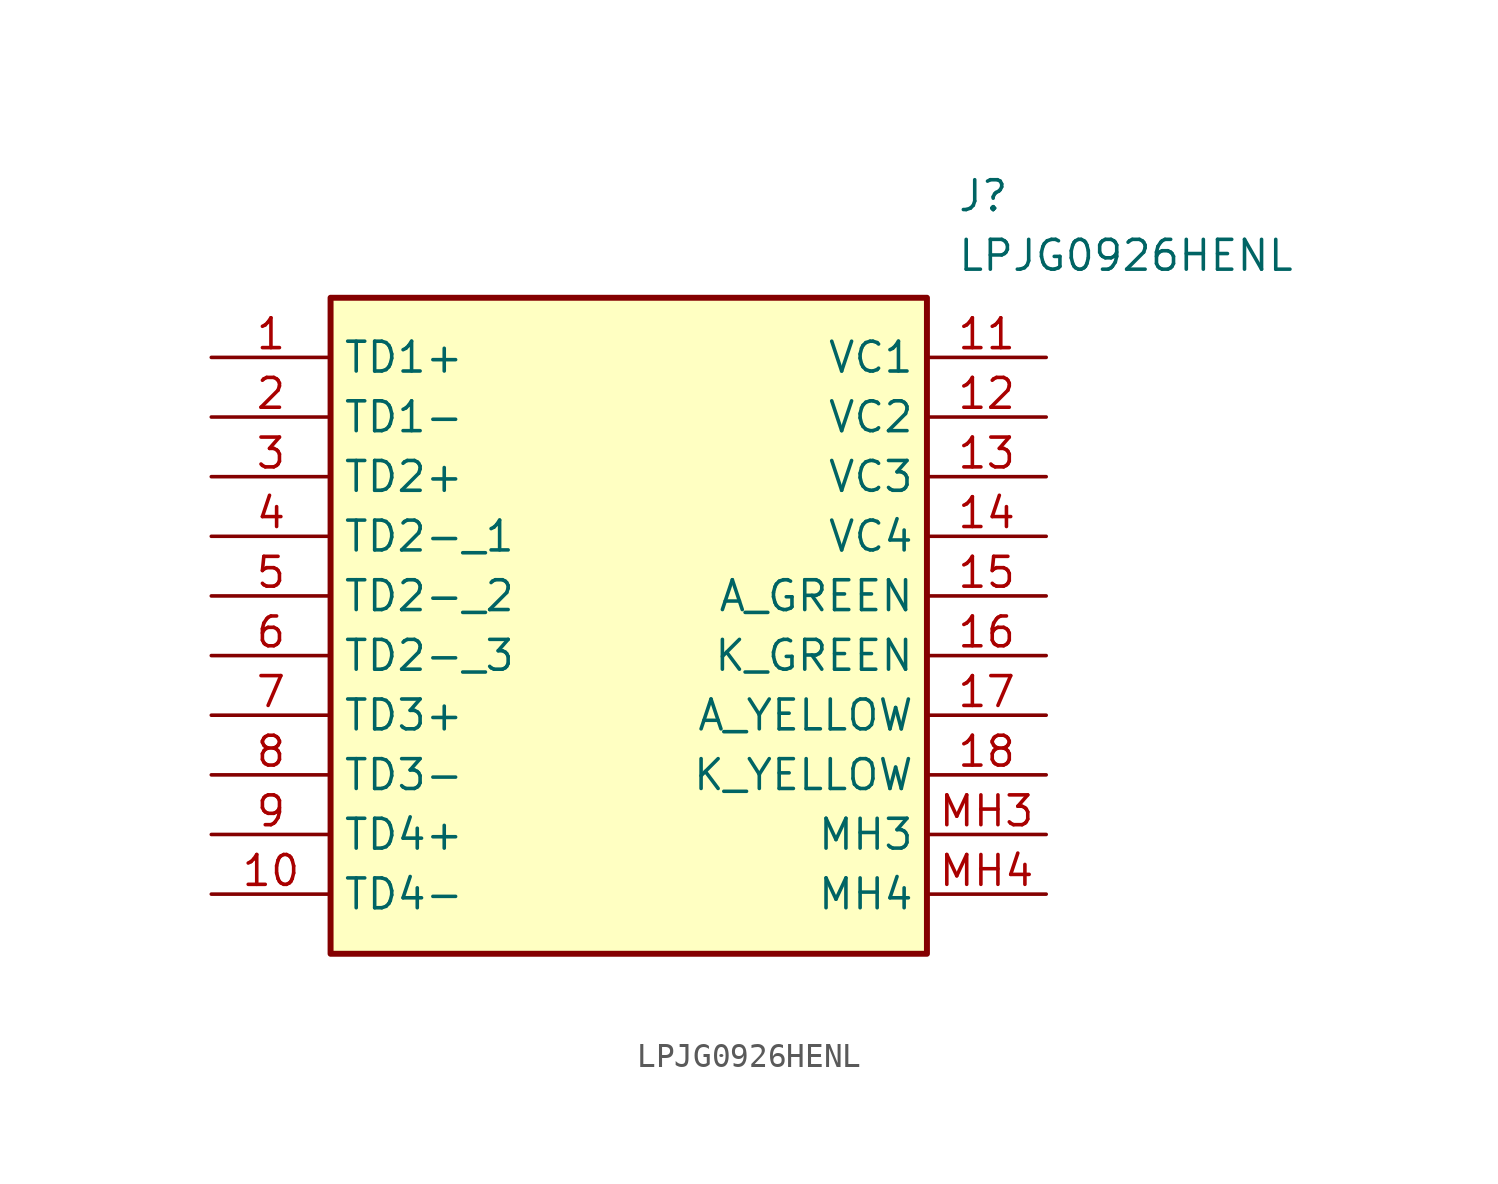
<source format=kicad_sym>
(kicad_symbol_lib
  (version 20211014)
  (generator SamacSys_ECAD_Model)
  (symbol "LPJG0926HENL"
    (property "Reference" "J"
      (at 31.75 7.62 0)
      (effects (font (size 1.27 1.27)) (justify left top)))
    (property "Value" "LPJG0926HENL"
      (at 31.75 5.08 0)
      (effects (font (size 1.27 1.27)) (justify left top)))
    (rectangle
      (start 5.08 2.54)
      (end 30.48 -25.4)
      (stroke (width 0.254) (type default))
      (fill (type background)))
    (pin passive line
      (at 0 0 0)
      (length 5.08)
      (name "TD1+" (effects (font (size 1.27 1.27))))
      (number "1" (effects (font (size 1.27 1.27)))))
    (pin passive line
      (at 0 -2.54 0)
      (length 5.08)
      (name "TD1-" (effects (font (size 1.27 1.27))))
      (number "2" (effects (font (size 1.27 1.27)))))
    (pin passive line
      (at 0 -5.08 0)
      (length 5.08)
      (name "TD2+" (effects (font (size 1.27 1.27))))
      (number "3" (effects (font (size 1.27 1.27)))))
    (pin passive line
      (at 0 -7.62 0)
      (length 5.08)
      (name "TD2-_1" (effects (font (size 1.27 1.27))))
      (number "4" (effects (font (size 1.27 1.27)))))
    (pin passive line
      (at 0 -10.16 0)
      (length 5.08)
      (name "TD2-_2" (effects (font (size 1.27 1.27))))
      (number "5" (effects (font (size 1.27 1.27)))))
    (pin passive line
      (at 0 -12.7 0)
      (length 5.08)
      (name "TD2-_3" (effects (font (size 1.27 1.27))))
      (number "6" (effects (font (size 1.27 1.27)))))
    (pin passive line
      (at 0 -15.24 0)
      (length 5.08)
      (name "TD3+" (effects (font (size 1.27 1.27))))
      (number "7" (effects (font (size 1.27 1.27)))))
    (pin passive line
      (at 0 -17.78 0)
      (length 5.08)
      (name "TD3-" (effects (font (size 1.27 1.27))))
      (number "8" (effects (font (size 1.27 1.27)))))
    (pin passive line
      (at 0 -20.32 0)
      (length 5.08)
      (name "TD4+" (effects (font (size 1.27 1.27))))
      (number "9" (effects (font (size 1.27 1.27)))))
    (pin passive line
      (at 0 -22.86 0)
      (length 5.08)
      (name "TD4-" (effects (font (size 1.27 1.27))))
      (number "10" (effects (font (size 1.27 1.27)))))
    (pin passive line
      (at 35.56 0 180)
      (length 5.08)
      (name "VC1" (effects (font (size 1.27 1.27))))
      (number "11" (effects (font (size 1.27 1.27)))))
    (pin passive line
      (at 35.56 -2.54 180)
      (length 5.08)
      (name "VC2" (effects (font (size 1.27 1.27))))
      (number "12" (effects (font (size 1.27 1.27)))))
    (pin passive line
      (at 35.56 -5.08 180)
      (length 5.08)
      (name "VC3" (effects (font (size 1.27 1.27))))
      (number "13" (effects (font (size 1.27 1.27)))))
    (pin passive line
      (at 35.56 -7.62 180)
      (length 5.08)
      (name "VC4" (effects (font (size 1.27 1.27))))
      (number "14" (effects (font (size 1.27 1.27)))))
    (pin passive line
      (at 35.56 -10.16 180)
      (length 5.08)
      (name "A_GREEN" (effects (font (size 1.27 1.27))))
      (number "15" (effects (font (size 1.27 1.27)))))
    (pin passive line
      (at 35.56 -12.7 180)
      (length 5.08)
      (name "K_GREEN" (effects (font (size 1.27 1.27))))
      (number "16" (effects (font (size 1.27 1.27)))))
    (pin passive line
      (at 35.56 -15.24 180)
      (length 5.08)
      (name "A_YELLOW" (effects (font (size 1.27 1.27))))
      (number "17" (effects (font (size 1.27 1.27)))))
    (pin passive line
      (at 35.56 -17.78 180)
      (length 5.08)
      (name "K_YELLOW" (effects (font (size 1.27 1.27))))
      (number "18" (effects (font (size 1.27 1.27)))))
    (pin passive line
      (at 35.56 -20.32 180)
      (length 5.08)
      (name "MH3" (effects (font (size 1.27 1.27))))
      (number "MH3" (effects (font (size 1.27 1.27)))))
    (pin passive line
      (at 35.56 -22.86 180)
      (length 5.08)
      (name "MH4" (effects (font (size 1.27 1.27))))
      (number "MH4" (effects (font (size 1.27 1.27)))))))
</source>
